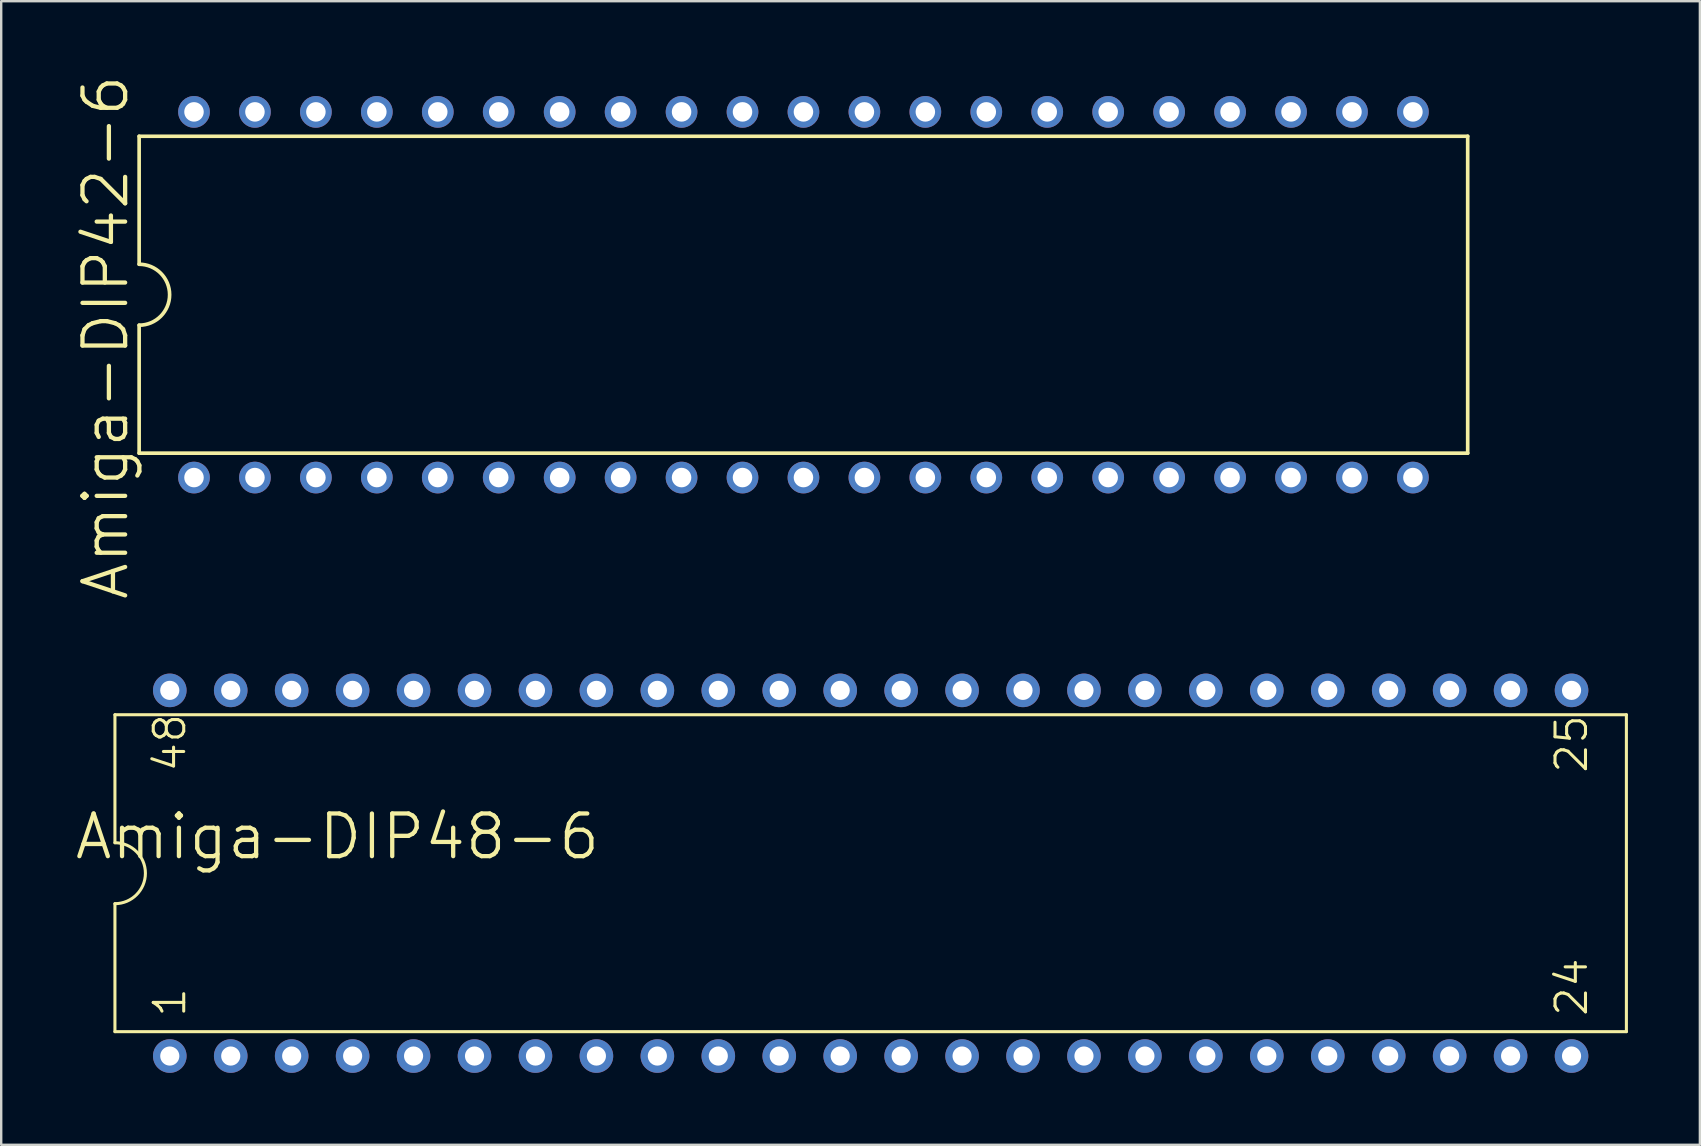
<source format=kicad_pcb>
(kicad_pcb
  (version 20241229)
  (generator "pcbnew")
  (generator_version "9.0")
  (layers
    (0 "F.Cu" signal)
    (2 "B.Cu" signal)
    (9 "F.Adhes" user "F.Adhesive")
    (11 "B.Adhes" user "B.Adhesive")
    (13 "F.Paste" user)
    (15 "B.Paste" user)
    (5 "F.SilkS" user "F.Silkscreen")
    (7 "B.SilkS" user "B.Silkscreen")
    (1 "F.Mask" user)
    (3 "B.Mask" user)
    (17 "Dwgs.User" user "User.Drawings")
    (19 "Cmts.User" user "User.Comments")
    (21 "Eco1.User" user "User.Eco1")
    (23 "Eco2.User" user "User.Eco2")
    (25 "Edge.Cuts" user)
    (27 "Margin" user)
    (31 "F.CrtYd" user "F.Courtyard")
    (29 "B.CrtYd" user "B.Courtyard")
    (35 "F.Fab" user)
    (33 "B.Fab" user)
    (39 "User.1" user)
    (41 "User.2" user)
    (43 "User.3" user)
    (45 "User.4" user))
  (footprint "Amiga-DIP42-6"
    (layer "F.Cu")
    (at 29.165 9.233)
    (property "Reference" "Amiga-DIP42-6" (at -27.813 1.778 90) (layer "F.SilkS") (effects (font (size 1.778 1.778) (thickness 0.178))))
    (attr exclude_from_pos_files exclude_from_bom)
    (fp_line (start -26.416 -6.604) (end -26.416 -1.27) (stroke (width 0.152) (type solid)) (layer "F.SilkS"))
    (fp_line (start -26.416 -6.604) (end 28.953 -6.604) (stroke (width 0.152) (type solid)) (layer "F.SilkS"))
    (fp_line (start -26.416 1.27) (end -26.416 6.604) (stroke (width 0.152) (type solid)) (layer "F.SilkS"))
    (fp_line (start -26.416 6.604) (end 28.953 6.604) (stroke (width 0.152) (type solid)) (layer "F.SilkS"))
    (fp_line (start 28.953 6.604) (end 28.953 -6.604) (stroke (width 0.152) (type solid)) (layer "F.SilkS"))
    (fp_arc (start -26.416 -1.27) (mid -25.146 0) (end -26.416 1.27) (stroke (width 0.1524) (type solid)) (layer "F.SilkS"))
    (pad "1" thru_hole circle (at -24.13 7.62) (size 1.321 1.321) (drill 0.813) (layers "*.Cu" "*.Paste" "*.Mask"))
    (pad "2" thru_hole circle (at -21.59 7.62) (size 1.321 1.321) (drill 0.813) (layers "*.Cu" "*.Paste" "*.Mask"))
    (pad "3" thru_hole circle (at -19.05 7.62) (size 1.321 1.321) (drill 0.813) (layers "*.Cu" "*.Paste" "*.Mask"))
    (pad "4" thru_hole circle (at -16.51 7.62) (size 1.321 1.321) (drill 0.813) (layers "*.Cu" "*.Paste" "*.Mask"))
    (pad "5" thru_hole circle (at -13.97 7.62) (size 1.321 1.321) (drill 0.813) (layers "*.Cu" "*.Paste" "*.Mask"))
    (pad "6" thru_hole circle (at -11.43 7.62) (size 1.321 1.321) (drill 0.813) (layers "*.Cu" "*.Paste" "*.Mask"))
    (pad "7" thru_hole circle (at -8.89 7.62) (size 1.321 1.321) (drill 0.813) (layers "*.Cu" "*.Paste" "*.Mask"))
    (pad "8" thru_hole circle (at -6.35 7.62) (size 1.321 1.321) (drill 0.813) (layers "*.Cu" "*.Paste" "*.Mask"))
    (pad "9" thru_hole circle (at -3.81 7.62) (size 1.321 1.321) (drill 0.813) (layers "*.Cu" "*.Paste" "*.Mask"))
    (pad "10" thru_hole circle (at -1.27 7.62) (size 1.321 1.321) (drill 0.813) (layers "*.Cu" "*.Paste" "*.Mask"))
    (pad "11" thru_hole circle (at 1.27 7.62) (size 1.321 1.321) (drill 0.813) (layers "*.Cu" "*.Paste" "*.Mask"))
    (pad "12" thru_hole circle (at 3.81 7.62) (size 1.321 1.321) (drill 0.813) (layers "*.Cu" "*.Paste" "*.Mask"))
    (pad "13" thru_hole circle (at 6.35 7.62) (size 1.321 1.321) (drill 0.813) (layers "*.Cu" "*.Paste" "*.Mask"))
    (pad "14" thru_hole circle (at 8.89 7.62) (size 1.321 1.321) (drill 0.813) (layers "*.Cu" "*.Paste" "*.Mask"))
    (pad "15" thru_hole circle (at 11.43 7.62) (size 1.321 1.321) (drill 0.813) (layers "*.Cu" "*.Paste" "*.Mask"))
    (pad "16" thru_hole circle (at 13.97 7.62) (size 1.321 1.321) (drill 0.813) (layers "*.Cu" "*.Paste" "*.Mask"))
    (pad "17" thru_hole circle (at 16.51 7.62) (size 1.321 1.321) (drill 0.813) (layers "*.Cu" "*.Paste" "*.Mask"))
    (pad "18" thru_hole circle (at 19.05 7.62) (size 1.321 1.321) (drill 0.813) (layers "*.Cu" "*.Paste" "*.Mask"))
    (pad "19" thru_hole circle (at 21.59 7.62) (size 1.321 1.321) (drill 0.813) (layers "*.Cu" "*.Paste" "*.Mask"))
    (pad "20" thru_hole circle (at 24.13 7.62) (size 1.321 1.321) (drill 0.813) (layers "*.Cu" "*.Paste" "*.Mask"))
    (pad "21" thru_hole circle (at 26.67 7.62) (size 1.321 1.321) (drill 0.813) (layers "*.Cu" "*.Paste" "*.Mask"))
    (pad "22" thru_hole circle (at 26.67 -7.62) (size 1.321 1.321) (drill 0.813) (layers "*.Cu" "*.Paste" "*.Mask"))
    (pad "23" thru_hole circle (at 24.13 -7.62) (size 1.321 1.321) (drill 0.813) (layers "*.Cu" "*.Paste" "*.Mask"))
    (pad "24" thru_hole circle (at 21.59 -7.62) (size 1.321 1.321) (drill 0.813) (layers "*.Cu" "*.Paste" "*.Mask"))
    (pad "25" thru_hole circle (at 19.05 -7.62) (size 1.321 1.321) (drill 0.813) (layers "*.Cu" "*.Paste" "*.Mask"))
    (pad "26" thru_hole circle (at 16.51 -7.62) (size 1.321 1.321) (drill 0.813) (layers "*.Cu" "*.Paste" "*.Mask"))
    (pad "27" thru_hole circle (at 13.97 -7.62) (size 1.321 1.321) (drill 0.813) (layers "*.Cu" "*.Paste" "*.Mask"))
    (pad "28" thru_hole circle (at 11.43 -7.62) (size 1.321 1.321) (drill 0.813) (layers "*.Cu" "*.Paste" "*.Mask"))
    (pad "29" thru_hole circle (at 8.89 -7.62) (size 1.321 1.321) (drill 0.813) (layers "*.Cu" "*.Paste" "*.Mask"))
    (pad "30" thru_hole circle (at 6.35 -7.62) (size 1.321 1.321) (drill 0.813) (layers "*.Cu" "*.Paste" "*.Mask"))
    (pad "31" thru_hole circle (at 3.81 -7.62) (size 1.321 1.321) (drill 0.813) (layers "*.Cu" "*.Paste" "*.Mask"))
    (pad "32" thru_hole circle (at 1.27 -7.62) (size 1.321 1.321) (drill 0.813) (layers "*.Cu" "*.Paste" "*.Mask"))
    (pad "33" thru_hole circle (at -1.27 -7.62) (size 1.321 1.321) (drill 0.813) (layers "*.Cu" "*.Paste" "*.Mask"))
    (pad "34" thru_hole circle (at -3.81 -7.62) (size 1.321 1.321) (drill 0.813) (layers "*.Cu" "*.Paste" "*.Mask"))
    (pad "35" thru_hole circle (at -6.35 -7.62) (size 1.321 1.321) (drill 0.813) (layers "*.Cu" "*.Paste" "*.Mask"))
    (pad "36" thru_hole circle (at -8.89 -7.62) (size 1.321 1.321) (drill 0.813) (layers "*.Cu" "*.Paste" "*.Mask"))
    (pad "37" thru_hole circle (at -11.43 -7.62) (size 1.321 1.321) (drill 0.813) (layers "*.Cu" "*.Paste" "*.Mask"))
    (pad "38" thru_hole circle (at -13.97 -7.62) (size 1.321 1.321) (drill 0.813) (layers "*.Cu" "*.Paste" "*.Mask"))
    (pad "39" thru_hole circle (at -16.51 -7.62) (size 1.321 1.321) (drill 0.813) (layers "*.Cu" "*.Paste" "*.Mask"))
    (pad "40" thru_hole circle (at -19.05 -7.62) (size 1.321 1.321) (drill 0.813) (layers "*.Cu" "*.Paste" "*.Mask"))
    (pad "41" thru_hole circle (at -21.59 -7.62) (size 1.321 1.321) (drill 0.813) (layers "*.Cu" "*.Paste" "*.Mask"))
    (pad "42" thru_hole circle (at -24.13 -7.62) (size 1.321 1.321) (drill 0.813) (layers "*.Cu" "*.Paste" "*.Mask")))
  (footprint "Amiga-DIP48-6"
    (layer "F.Cu")
    (at 31.966 33.342)
    (property "Reference" "Amiga-DIP48-6" (at -20.955 -1.524 0) (layer "F.SilkS") (effects (font (size 1.778 1.778) (thickness 0.178))))
    (attr exclude_from_pos_files exclude_from_bom)
    (fp_line (start -30.226 -6.604) (end -30.226 -1.27) (stroke (width 0.127) (type solid)) (layer "F.SilkS"))
    (fp_line (start -30.226 -6.604) (end 32.766 -6.604) (stroke (width 0.127) (type solid)) (layer "F.SilkS"))
    (fp_line (start -30.226 1.27) (end -30.226 6.604) (stroke (width 0.127) (type solid)) (layer "F.SilkS"))
    (fp_line (start -30.226 6.604) (end 32.766 6.604) (stroke (width 0.127) (type solid)) (layer "F.SilkS"))
    (fp_line (start 32.766 6.604) (end 32.766 -6.604) (stroke (width 0.127) (type solid)) (layer "F.SilkS"))
    (fp_arc (start -30.226 -1.27) (mid -28.956 0) (end -30.226 1.27) (stroke (width 0.127) (type solid)) (layer "F.SilkS"))
    (fp_text user "1" (at -27.94 5.385 90) (layer "F.SilkS") (effects (font (size 1.27 1.27) (thickness 0.127))))
    (fp_text user "48" (at -27.94 -5.436 90) (layer "F.SilkS") (effects (font (size 1.27 1.27) (thickness 0.127))))
    (fp_text user "25" (at 30.48 -5.385 90) (layer "F.SilkS") (effects (font (size 1.27 1.27) (thickness 0.127))))
    (fp_text user "24" (at 30.48 4.75 90) (layer "F.SilkS") (effects (font (size 1.27 1.27) (thickness 0.127))))
    (pad "1" thru_hole circle (at -27.94 7.62) (size 1.4 1.4) (drill 0.798) (layers "*.Cu" "*.Paste" "*.Mask"))
    (pad "2" thru_hole circle (at -25.4 7.62) (size 1.4 1.4) (drill 0.798) (layers "*.Cu" "*.Paste" "*.Mask"))
    (pad "3" thru_hole circle (at -22.86 7.62) (size 1.4 1.4) (drill 0.798) (layers "*.Cu" "*.Paste" "*.Mask"))
    (pad "4" thru_hole circle (at -20.32 7.62) (size 1.4 1.4) (drill 0.798) (layers "*.Cu" "*.Paste" "*.Mask"))
    (pad "5" thru_hole circle (at -17.78 7.62) (size 1.4 1.4) (drill 0.798) (layers "*.Cu" "*.Paste" "*.Mask"))
    (pad "6" thru_hole circle (at -15.24 7.62) (size 1.4 1.4) (drill 0.798) (layers "*.Cu" "*.Paste" "*.Mask"))
    (pad "7" thru_hole circle (at -12.7 7.62) (size 1.4 1.4) (drill 0.798) (layers "*.Cu" "*.Paste" "*.Mask"))
    (pad "8" thru_hole circle (at -10.16 7.62) (size 1.4 1.4) (drill 0.798) (layers "*.Cu" "*.Paste" "*.Mask"))
    (pad "9" thru_hole circle (at -7.62 7.62) (size 1.4 1.4) (drill 0.798) (layers "*.Cu" "*.Paste" "*.Mask"))
    (pad "10" thru_hole circle (at -5.08 7.62) (size 1.4 1.4) (drill 0.798) (layers "*.Cu" "*.Paste" "*.Mask"))
    (pad "11" thru_hole circle (at -2.54 7.62) (size 1.4 1.4) (drill 0.798) (layers "*.Cu" "*.Paste" "*.Mask"))
    (pad "12" thru_hole circle (at 0 7.62) (size 1.4 1.4) (drill 0.798) (layers "*.Cu" "*.Paste" "*.Mask"))
    (pad "13" thru_hole circle (at 2.54 7.62) (size 1.4 1.4) (drill 0.798) (layers "*.Cu" "*.Paste" "*.Mask"))
    (pad "14" thru_hole circle (at 5.08 7.62) (size 1.4 1.4) (drill 0.798) (layers "*.Cu" "*.Paste" "*.Mask"))
    (pad "15" thru_hole circle (at 7.62 7.62) (size 1.4 1.4) (drill 0.798) (layers "*.Cu" "*.Paste" "*.Mask"))
    (pad "16" thru_hole circle (at 10.16 7.62) (size 1.4 1.4) (drill 0.798) (layers "*.Cu" "*.Paste" "*.Mask"))
    (pad "17" thru_hole circle (at 12.7 7.62) (size 1.4 1.4) (drill 0.798) (layers "*.Cu" "*.Paste" "*.Mask"))
    (pad "18" thru_hole circle (at 15.24 7.62) (size 1.4 1.4) (drill 0.798) (layers "*.Cu" "*.Paste" "*.Mask"))
    (pad "19" thru_hole circle (at 17.78 7.62) (size 1.4 1.4) (drill 0.798) (layers "*.Cu" "*.Paste" "*.Mask"))
    (pad "20" thru_hole circle (at 20.32 7.62) (size 1.4 1.4) (drill 0.798) (layers "*.Cu" "*.Paste" "*.Mask"))
    (pad "21" thru_hole circle (at 22.86 7.62) (size 1.4 1.4) (drill 0.798) (layers "*.Cu" "*.Paste" "*.Mask"))
    (pad "22" thru_hole circle (at 25.4 7.62) (size 1.4 1.4) (drill 0.798) (layers "*.Cu" "*.Paste" "*.Mask"))
    (pad "23" thru_hole circle (at 27.94 7.62) (size 1.4 1.4) (drill 0.798) (layers "*.Cu" "*.Paste" "*.Mask"))
    (pad "24" thru_hole circle (at 30.48 7.62) (size 1.4 1.4) (drill 0.798) (layers "*.Cu" "*.Paste" "*.Mask"))
    (pad "25" thru_hole circle (at 30.48 -7.62) (size 1.4 1.4) (drill 0.798) (layers "*.Cu" "*.Paste" "*.Mask"))
    (pad "26" thru_hole circle (at 27.94 -7.62) (size 1.4 1.4) (drill 0.798) (layers "*.Cu" "*.Paste" "*.Mask"))
    (pad "27" thru_hole circle (at 25.4 -7.62) (size 1.4 1.4) (drill 0.798) (layers "*.Cu" "*.Paste" "*.Mask"))
    (pad "28" thru_hole circle (at 22.86 -7.62) (size 1.4 1.4) (drill 0.798) (layers "*.Cu" "*.Paste" "*.Mask"))
    (pad "29" thru_hole circle (at 20.32 -7.62) (size 1.4 1.4) (drill 0.798) (layers "*.Cu" "*.Paste" "*.Mask"))
    (pad "30" thru_hole circle (at 17.78 -7.62) (size 1.4 1.4) (drill 0.798) (layers "*.Cu" "*.Paste" "*.Mask"))
    (pad "31" thru_hole circle (at 15.24 -7.62) (size 1.4 1.4) (drill 0.798) (layers "*.Cu" "*.Paste" "*.Mask"))
    (pad "32" thru_hole circle (at 12.7 -7.62) (size 1.4 1.4) (drill 0.798) (layers "*.Cu" "*.Paste" "*.Mask"))
    (pad "33" thru_hole circle (at 10.16 -7.62) (size 1.4 1.4) (drill 0.798) (layers "*.Cu" "*.Paste" "*.Mask"))
    (pad "34" thru_hole circle (at 7.62 -7.62) (size 1.4 1.4) (drill 0.798) (layers "*.Cu" "*.Paste" "*.Mask"))
    (pad "35" thru_hole circle (at 5.08 -7.62) (size 1.4 1.4) (drill 0.798) (layers "*.Cu" "*.Paste" "*.Mask"))
    (pad "36" thru_hole circle (at 2.54 -7.62) (size 1.4 1.4) (drill 0.798) (layers "*.Cu" "*.Paste" "*.Mask"))
    (pad "37" thru_hole circle (at 0 -7.62) (size 1.4 1.4) (drill 0.798) (layers "*.Cu" "*.Paste" "*.Mask"))
    (pad "38" thru_hole circle (at -2.54 -7.62) (size 1.4 1.4) (drill 0.798) (layers "*.Cu" "*.Paste" "*.Mask"))
    (pad "39" thru_hole circle (at -5.08 -7.62) (size 1.4 1.4) (drill 0.798) (layers "*.Cu" "*.Paste" "*.Mask"))
    (pad "40" thru_hole circle (at -7.62 -7.62) (size 1.4 1.4) (drill 0.798) (layers "*.Cu" "*.Paste" "*.Mask"))
    (pad "41" thru_hole circle (at -10.16 -7.62) (size 1.4 1.4) (drill 0.798) (layers "*.Cu" "*.Paste" "*.Mask"))
    (pad "42" thru_hole circle (at -12.7 -7.62) (size 1.4 1.4) (drill 0.798) (layers "*.Cu" "*.Paste" "*.Mask"))
    (pad "43" thru_hole circle (at -15.24 -7.62) (size 1.4 1.4) (drill 0.798) (layers "*.Cu" "*.Paste" "*.Mask"))
    (pad "44" thru_hole circle (at -17.78 -7.62) (size 1.4 1.4) (drill 0.798) (layers "*.Cu" "*.Paste" "*.Mask"))
    (pad "45" thru_hole circle (at -20.32 -7.62) (size 1.4 1.4) (drill 0.798) (layers "*.Cu" "*.Paste" "*.Mask"))
    (pad "46" thru_hole circle (at -22.86 -7.62) (size 1.4 1.4) (drill 0.798) (layers "*.Cu" "*.Paste" "*.Mask"))
    (pad "47" thru_hole circle (at -25.4 -7.62) (size 1.4 1.4) (drill 0.798) (layers "*.Cu" "*.Paste" "*.Mask"))
    (pad "48" thru_hole circle (at -27.94 -7.62) (size 1.4 1.4) (drill 0.798) (layers "*.Cu" "*.Paste" "*.Mask")))
  (gr_rect
    (start -3 -3)
    (end 67.795 44.661)
    (stroke (width 0.1) (type default))
    (fill no)
    (layer "Edge.Cuts")))
</source>
